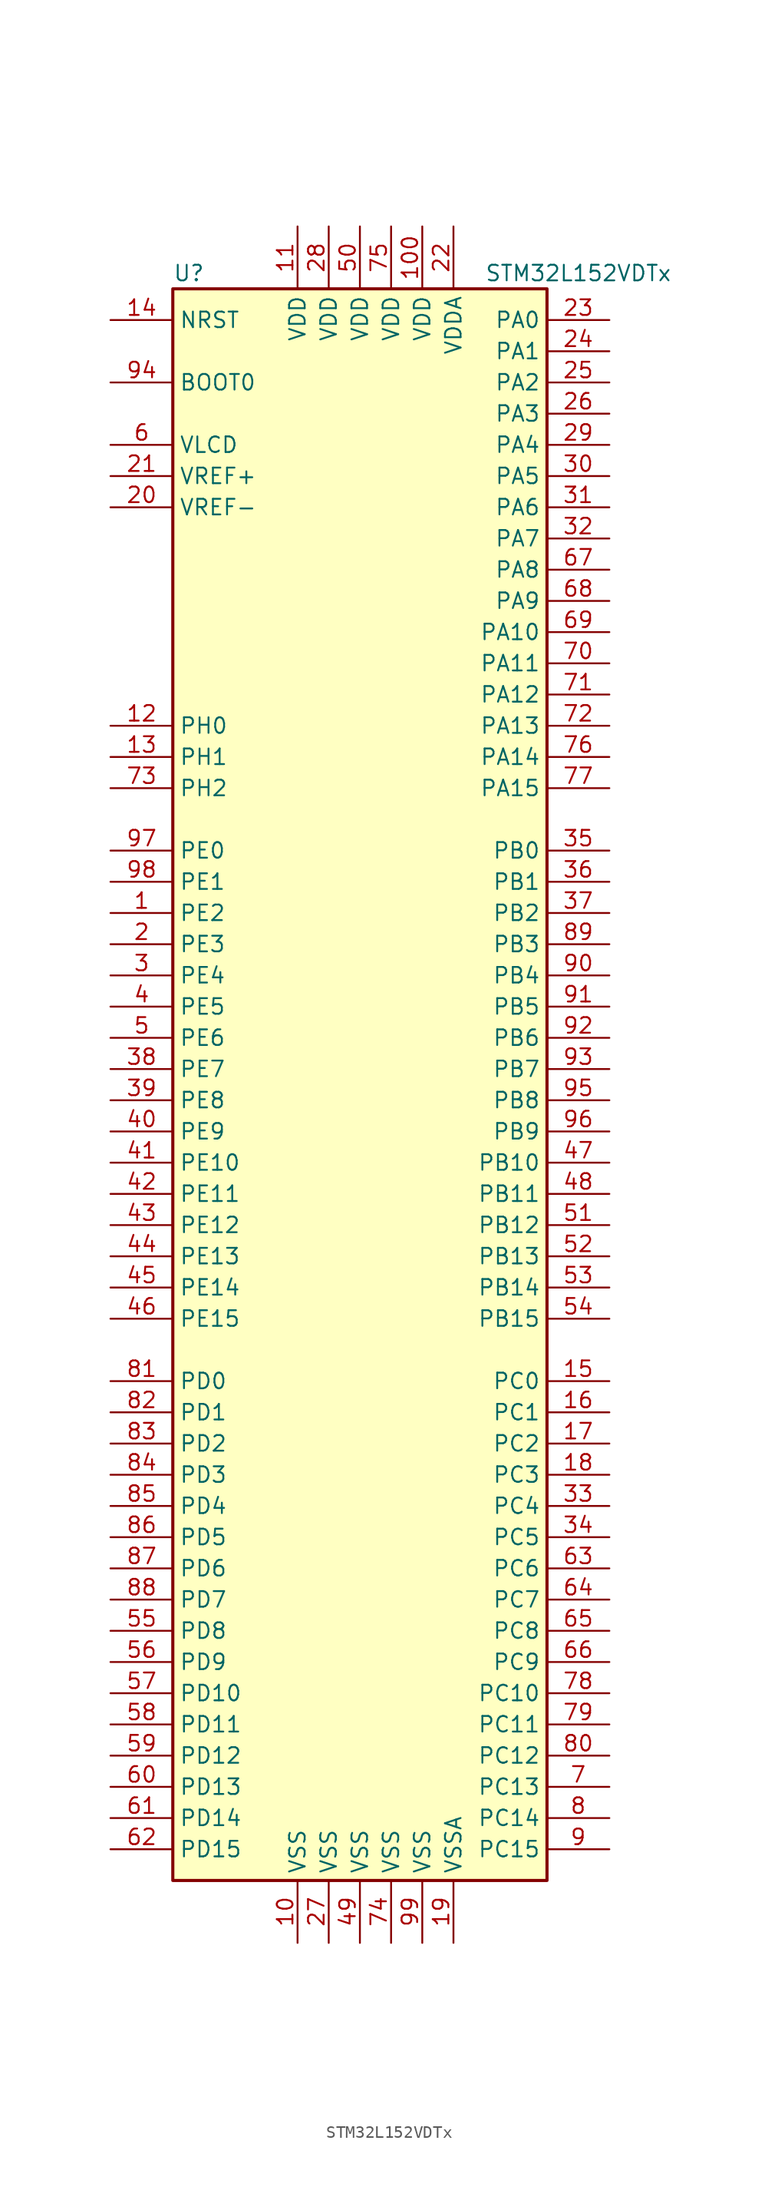
<source format=kicad_sym>
(kicad_symbol_lib
  (version 20201005)
  (generator kicad_symbol_editor)
  (symbol "STM32L152VDTx"
    (property "Reference" "U"
      (at -15.24 64.77 0)
      (effects (font (size 1.27 1.27)) (justify left)))
    (property "Value" "STM32L152VDTx"
      (at 10.16 64.77 0)
      (effects (font (size 1.27 1.27)) (justify left)))
    (symbol "STM32L152VDTx_0_1"
      (rectangle (start -15.24 -66.04) (end 15.24 63.5) (stroke (width 0.254)) (fill (type background))))
    (symbol "STM32L152VDTx_1_1"
      (pin input line (at -20.32 55.88 0) (length 5.08) (name "BOOT0" (effects (font (size 1.27 1.27)))) (number "94" (effects (font (size 1.27 1.27)))))
      (pin input line (at -20.32 60.96 0) (length 5.08) (name "NRST" (effects (font (size 1.27 1.27)))) (number "14" (effects (font (size 1.27 1.27)))))
      (pin bidirectional line (at 20.32 60.96 180) (length 5.08) (name "PA0" (effects (font (size 1.27 1.27)))) (number "23" (effects (font (size 1.27 1.27)))))
      (pin bidirectional line (at 20.32 58.42 180) (length 5.08) (name "PA1" (effects (font (size 1.27 1.27)))) (number "24" (effects (font (size 1.27 1.27)))))
      (pin bidirectional line (at 20.32 35.56 180) (length 5.08) (name "PA10" (effects (font (size 1.27 1.27)))) (number "69" (effects (font (size 1.27 1.27)))))
      (pin bidirectional line (at 20.32 33.02 180) (length 5.08) (name "PA11" (effects (font (size 1.27 1.27)))) (number "70" (effects (font (size 1.27 1.27)))))
      (pin bidirectional line (at 20.32 30.48 180) (length 5.08) (name "PA12" (effects (font (size 1.27 1.27)))) (number "71" (effects (font (size 1.27 1.27)))))
      (pin bidirectional line (at 20.32 27.94 180) (length 5.08) (name "PA13" (effects (font (size 1.27 1.27)))) (number "72" (effects (font (size 1.27 1.27)))))
      (pin bidirectional line (at 20.32 25.4 180) (length 5.08) (name "PA14" (effects (font (size 1.27 1.27)))) (number "76" (effects (font (size 1.27 1.27)))))
      (pin bidirectional line (at 20.32 22.86 180) (length 5.08) (name "PA15" (effects (font (size 1.27 1.27)))) (number "77" (effects (font (size 1.27 1.27)))))
      (pin bidirectional line (at 20.32 55.88 180) (length 5.08) (name "PA2" (effects (font (size 1.27 1.27)))) (number "25" (effects (font (size 1.27 1.27)))))
      (pin bidirectional line (at 20.32 53.34 180) (length 5.08) (name "PA3" (effects (font (size 1.27 1.27)))) (number "26" (effects (font (size 1.27 1.27)))))
      (pin bidirectional line (at 20.32 50.8 180) (length 5.08) (name "PA4" (effects (font (size 1.27 1.27)))) (number "29" (effects (font (size 1.27 1.27)))))
      (pin bidirectional line (at 20.32 48.26 180) (length 5.08) (name "PA5" (effects (font (size 1.27 1.27)))) (number "30" (effects (font (size 1.27 1.27)))))
      (pin bidirectional line (at 20.32 45.72 180) (length 5.08) (name "PA6" (effects (font (size 1.27 1.27)))) (number "31" (effects (font (size 1.27 1.27)))))
      (pin bidirectional line (at 20.32 43.18 180) (length 5.08) (name "PA7" (effects (font (size 1.27 1.27)))) (number "32" (effects (font (size 1.27 1.27)))))
      (pin bidirectional line (at 20.32 40.64 180) (length 5.08) (name "PA8" (effects (font (size 1.27 1.27)))) (number "67" (effects (font (size 1.27 1.27)))))
      (pin bidirectional line (at 20.32 38.1 180) (length 5.08) (name "PA9" (effects (font (size 1.27 1.27)))) (number "68" (effects (font (size 1.27 1.27)))))
      (pin bidirectional line (at 20.32 17.78 180) (length 5.08) (name "PB0" (effects (font (size 1.27 1.27)))) (number "35" (effects (font (size 1.27 1.27)))))
      (pin bidirectional line (at 20.32 15.24 180) (length 5.08) (name "PB1" (effects (font (size 1.27 1.27)))) (number "36" (effects (font (size 1.27 1.27)))))
      (pin bidirectional line (at 20.32 -7.62 180) (length 5.08) (name "PB10" (effects (font (size 1.27 1.27)))) (number "47" (effects (font (size 1.27 1.27)))))
      (pin bidirectional line (at 20.32 -10.16 180) (length 5.08) (name "PB11" (effects (font (size 1.27 1.27)))) (number "48" (effects (font (size 1.27 1.27)))))
      (pin bidirectional line (at 20.32 -12.7 180) (length 5.08) (name "PB12" (effects (font (size 1.27 1.27)))) (number "51" (effects (font (size 1.27 1.27)))))
      (pin bidirectional line (at 20.32 -15.24 180) (length 5.08) (name "PB13" (effects (font (size 1.27 1.27)))) (number "52" (effects (font (size 1.27 1.27)))))
      (pin bidirectional line (at 20.32 -17.78 180) (length 5.08) (name "PB14" (effects (font (size 1.27 1.27)))) (number "53" (effects (font (size 1.27 1.27)))))
      (pin bidirectional line (at 20.32 -20.32 180) (length 5.08) (name "PB15" (effects (font (size 1.27 1.27)))) (number "54" (effects (font (size 1.27 1.27)))))
      (pin bidirectional line (at 20.32 12.7 180) (length 5.08) (name "PB2" (effects (font (size 1.27 1.27)))) (number "37" (effects (font (size 1.27 1.27)))))
      (pin bidirectional line (at 20.32 10.16 180) (length 5.08) (name "PB3" (effects (font (size 1.27 1.27)))) (number "89" (effects (font (size 1.27 1.27)))))
      (pin bidirectional line (at 20.32 7.62 180) (length 5.08) (name "PB4" (effects (font (size 1.27 1.27)))) (number "90" (effects (font (size 1.27 1.27)))))
      (pin bidirectional line (at 20.32 5.08 180) (length 5.08) (name "PB5" (effects (font (size 1.27 1.27)))) (number "91" (effects (font (size 1.27 1.27)))))
      (pin bidirectional line (at 20.32 2.54 180) (length 5.08) (name "PB6" (effects (font (size 1.27 1.27)))) (number "92" (effects (font (size 1.27 1.27)))))
      (pin bidirectional line (at 20.32 0 180) (length 5.08) (name "PB7" (effects (font (size 1.27 1.27)))) (number "93" (effects (font (size 1.27 1.27)))))
      (pin bidirectional line (at 20.32 -2.54 180) (length 5.08) (name "PB8" (effects (font (size 1.27 1.27)))) (number "95" (effects (font (size 1.27 1.27)))))
      (pin bidirectional line (at 20.32 -5.08 180) (length 5.08) (name "PB9" (effects (font (size 1.27 1.27)))) (number "96" (effects (font (size 1.27 1.27)))))
      (pin bidirectional line (at 20.32 -25.4 180) (length 5.08) (name "PC0" (effects (font (size 1.27 1.27)))) (number "15" (effects (font (size 1.27 1.27)))))
      (pin bidirectional line (at 20.32 -27.94 180) (length 5.08) (name "PC1" (effects (font (size 1.27 1.27)))) (number "16" (effects (font (size 1.27 1.27)))))
      (pin bidirectional line (at 20.32 -50.8 180) (length 5.08) (name "PC10" (effects (font (size 1.27 1.27)))) (number "78" (effects (font (size 1.27 1.27)))))
      (pin bidirectional line (at 20.32 -53.34 180) (length 5.08) (name "PC11" (effects (font (size 1.27 1.27)))) (number "79" (effects (font (size 1.27 1.27)))))
      (pin bidirectional line (at 20.32 -55.88 180) (length 5.08) (name "PC12" (effects (font (size 1.27 1.27)))) (number "80" (effects (font (size 1.27 1.27)))))
      (pin bidirectional line (at 20.32 -58.42 180) (length 5.08) (name "PC13" (effects (font (size 1.27 1.27)))) (number "7" (effects (font (size 1.27 1.27)))))
      (pin bidirectional line (at 20.32 -60.96 180) (length 5.08) (name "PC14" (effects (font (size 1.27 1.27)))) (number "8" (effects (font (size 1.27 1.27)))))
      (pin bidirectional line (at 20.32 -63.5 180) (length 5.08) (name "PC15" (effects (font (size 1.27 1.27)))) (number "9" (effects (font (size 1.27 1.27)))))
      (pin bidirectional line (at 20.32 -30.48 180) (length 5.08) (name "PC2" (effects (font (size 1.27 1.27)))) (number "17" (effects (font (size 1.27 1.27)))))
      (pin bidirectional line (at 20.32 -33.02 180) (length 5.08) (name "PC3" (effects (font (size 1.27 1.27)))) (number "18" (effects (font (size 1.27 1.27)))))
      (pin bidirectional line (at 20.32 -35.56 180) (length 5.08) (name "PC4" (effects (font (size 1.27 1.27)))) (number "33" (effects (font (size 1.27 1.27)))))
      (pin bidirectional line (at 20.32 -38.1 180) (length 5.08) (name "PC5" (effects (font (size 1.27 1.27)))) (number "34" (effects (font (size 1.27 1.27)))))
      (pin bidirectional line (at 20.32 -40.64 180) (length 5.08) (name "PC6" (effects (font (size 1.27 1.27)))) (number "63" (effects (font (size 1.27 1.27)))))
      (pin bidirectional line (at 20.32 -43.18 180) (length 5.08) (name "PC7" (effects (font (size 1.27 1.27)))) (number "64" (effects (font (size 1.27 1.27)))))
      (pin bidirectional line (at 20.32 -45.72 180) (length 5.08) (name "PC8" (effects (font (size 1.27 1.27)))) (number "65" (effects (font (size 1.27 1.27)))))
      (pin bidirectional line (at 20.32 -48.26 180) (length 5.08) (name "PC9" (effects (font (size 1.27 1.27)))) (number "66" (effects (font (size 1.27 1.27)))))
      (pin bidirectional line (at -20.32 -25.4 0) (length 5.08) (name "PD0" (effects (font (size 1.27 1.27)))) (number "81" (effects (font (size 1.27 1.27)))))
      (pin bidirectional line (at -20.32 -27.94 0) (length 5.08) (name "PD1" (effects (font (size 1.27 1.27)))) (number "82" (effects (font (size 1.27 1.27)))))
      (pin bidirectional line (at -20.32 -50.8 0) (length 5.08) (name "PD10" (effects (font (size 1.27 1.27)))) (number "57" (effects (font (size 1.27 1.27)))))
      (pin bidirectional line (at -20.32 -53.34 0) (length 5.08) (name "PD11" (effects (font (size 1.27 1.27)))) (number "58" (effects (font (size 1.27 1.27)))))
      (pin bidirectional line (at -20.32 -55.88 0) (length 5.08) (name "PD12" (effects (font (size 1.27 1.27)))) (number "59" (effects (font (size 1.27 1.27)))))
      (pin bidirectional line (at -20.32 -58.42 0) (length 5.08) (name "PD13" (effects (font (size 1.27 1.27)))) (number "60" (effects (font (size 1.27 1.27)))))
      (pin bidirectional line (at -20.32 -60.96 0) (length 5.08) (name "PD14" (effects (font (size 1.27 1.27)))) (number "61" (effects (font (size 1.27 1.27)))))
      (pin bidirectional line (at -20.32 -63.5 0) (length 5.08) (name "PD15" (effects (font (size 1.27 1.27)))) (number "62" (effects (font (size 1.27 1.27)))))
      (pin bidirectional line (at -20.32 -30.48 0) (length 5.08) (name "PD2" (effects (font (size 1.27 1.27)))) (number "83" (effects (font (size 1.27 1.27)))))
      (pin bidirectional line (at -20.32 -33.02 0) (length 5.08) (name "PD3" (effects (font (size 1.27 1.27)))) (number "84" (effects (font (size 1.27 1.27)))))
      (pin bidirectional line (at -20.32 -35.56 0) (length 5.08) (name "PD4" (effects (font (size 1.27 1.27)))) (number "85" (effects (font (size 1.27 1.27)))))
      (pin bidirectional line (at -20.32 -38.1 0) (length 5.08) (name "PD5" (effects (font (size 1.27 1.27)))) (number "86" (effects (font (size 1.27 1.27)))))
      (pin bidirectional line (at -20.32 -40.64 0) (length 5.08) (name "PD6" (effects (font (size 1.27 1.27)))) (number "87" (effects (font (size 1.27 1.27)))))
      (pin bidirectional line (at -20.32 -43.18 0) (length 5.08) (name "PD7" (effects (font (size 1.27 1.27)))) (number "88" (effects (font (size 1.27 1.27)))))
      (pin bidirectional line (at -20.32 -45.72 0) (length 5.08) (name "PD8" (effects (font (size 1.27 1.27)))) (number "55" (effects (font (size 1.27 1.27)))))
      (pin bidirectional line (at -20.32 -48.26 0) (length 5.08) (name "PD9" (effects (font (size 1.27 1.27)))) (number "56" (effects (font (size 1.27 1.27)))))
      (pin bidirectional line (at -20.32 17.78 0) (length 5.08) (name "PE0" (effects (font (size 1.27 1.27)))) (number "97" (effects (font (size 1.27 1.27)))))
      (pin bidirectional line (at -20.32 15.24 0) (length 5.08) (name "PE1" (effects (font (size 1.27 1.27)))) (number "98" (effects (font (size 1.27 1.27)))))
      (pin bidirectional line (at -20.32 -7.62 0) (length 5.08) (name "PE10" (effects (font (size 1.27 1.27)))) (number "41" (effects (font (size 1.27 1.27)))))
      (pin bidirectional line (at -20.32 -10.16 0) (length 5.08) (name "PE11" (effects (font (size 1.27 1.27)))) (number "42" (effects (font (size 1.27 1.27)))))
      (pin bidirectional line (at -20.32 -12.7 0) (length 5.08) (name "PE12" (effects (font (size 1.27 1.27)))) (number "43" (effects (font (size 1.27 1.27)))))
      (pin bidirectional line (at -20.32 -15.24 0) (length 5.08) (name "PE13" (effects (font (size 1.27 1.27)))) (number "44" (effects (font (size 1.27 1.27)))))
      (pin bidirectional line (at -20.32 -17.78 0) (length 5.08) (name "PE14" (effects (font (size 1.27 1.27)))) (number "45" (effects (font (size 1.27 1.27)))))
      (pin bidirectional line (at -20.32 -20.32 0) (length 5.08) (name "PE15" (effects (font (size 1.27 1.27)))) (number "46" (effects (font (size 1.27 1.27)))))
      (pin bidirectional line (at -20.32 12.7 0) (length 5.08) (name "PE2" (effects (font (size 1.27 1.27)))) (number "1" (effects (font (size 1.27 1.27)))))
      (pin bidirectional line (at -20.32 10.16 0) (length 5.08) (name "PE3" (effects (font (size 1.27 1.27)))) (number "2" (effects (font (size 1.27 1.27)))))
      (pin bidirectional line (at -20.32 7.62 0) (length 5.08) (name "PE4" (effects (font (size 1.27 1.27)))) (number "3" (effects (font (size 1.27 1.27)))))
      (pin bidirectional line (at -20.32 5.08 0) (length 5.08) (name "PE5" (effects (font (size 1.27 1.27)))) (number "4" (effects (font (size 1.27 1.27)))))
      (pin bidirectional line (at -20.32 2.54 0) (length 5.08) (name "PE6" (effects (font (size 1.27 1.27)))) (number "5" (effects (font (size 1.27 1.27)))))
      (pin bidirectional line (at -20.32 0 0) (length 5.08) (name "PE7" (effects (font (size 1.27 1.27)))) (number "38" (effects (font (size 1.27 1.27)))))
      (pin bidirectional line (at -20.32 -2.54 0) (length 5.08) (name "PE8" (effects (font (size 1.27 1.27)))) (number "39" (effects (font (size 1.27 1.27)))))
      (pin bidirectional line (at -20.32 -5.08 0) (length 5.08) (name "PE9" (effects (font (size 1.27 1.27)))) (number "40" (effects (font (size 1.27 1.27)))))
      (pin input line (at -20.32 27.94 0) (length 5.08) (name "PH0" (effects (font (size 1.27 1.27)))) (number "12" (effects (font (size 1.27 1.27)))))
      (pin input line (at -20.32 25.4 0) (length 5.08) (name "PH1" (effects (font (size 1.27 1.27)))) (number "13" (effects (font (size 1.27 1.27)))))
      (pin bidirectional line (at -20.32 22.86 0) (length 5.08) (name "PH2" (effects (font (size 1.27 1.27)))) (number "73" (effects (font (size 1.27 1.27)))))
      (pin power_in line (at 5.08 68.58 270) (length 5.08) (name "VDD" (effects (font (size 1.27 1.27)))) (number "100" (effects (font (size 1.27 1.27)))))
      (pin power_in line (at -5.08 68.58 270) (length 5.08) (name "VDD" (effects (font (size 1.27 1.27)))) (number "11" (effects (font (size 1.27 1.27)))))
      (pin power_in line (at -2.54 68.58 270) (length 5.08) (name "VDD" (effects (font (size 1.27 1.27)))) (number "28" (effects (font (size 1.27 1.27)))))
      (pin power_in line (at 0 68.58 270) (length 5.08) (name "VDD" (effects (font (size 1.27 1.27)))) (number "50" (effects (font (size 1.27 1.27)))))
      (pin power_in line (at 2.54 68.58 270) (length 5.08) (name "VDD" (effects (font (size 1.27 1.27)))) (number "75" (effects (font (size 1.27 1.27)))))
      (pin power_in line (at 7.62 68.58 270) (length 5.08) (name "VDDA" (effects (font (size 1.27 1.27)))) (number "22" (effects (font (size 1.27 1.27)))))
      (pin power_in line (at -20.32 50.8 0) (length 5.08) (name "VLCD" (effects (font (size 1.27 1.27)))) (number "6" (effects (font (size 1.27 1.27)))))
      (pin power_in line (at -20.32 48.26 0) (length 5.08) (name "VREF+" (effects (font (size 1.27 1.27)))) (number "21" (effects (font (size 1.27 1.27)))))
      (pin power_in line (at -20.32 45.72 0) (length 5.08) (name "VREF-" (effects (font (size 1.27 1.27)))) (number "20" (effects (font (size 1.27 1.27)))))
      (pin power_in line (at -5.08 -71.12 90) (length 5.08) (name "VSS" (effects (font (size 1.27 1.27)))) (number "10" (effects (font (size 1.27 1.27)))))
      (pin power_in line (at -2.54 -71.12 90) (length 5.08) (name "VSS" (effects (font (size 1.27 1.27)))) (number "27" (effects (font (size 1.27 1.27)))))
      (pin power_in line (at 0 -71.12 90) (length 5.08) (name "VSS" (effects (font (size 1.27 1.27)))) (number "49" (effects (font (size 1.27 1.27)))))
      (pin power_in line (at 2.54 -71.12 90) (length 5.08) (name "VSS" (effects (font (size 1.27 1.27)))) (number "74" (effects (font (size 1.27 1.27)))))
      (pin power_in line (at 5.08 -71.12 90) (length 5.08) (name "VSS" (effects (font (size 1.27 1.27)))) (number "99" (effects (font (size 1.27 1.27)))))
      (pin power_in line (at 7.62 -71.12 90) (length 5.08) (name "VSSA" (effects (font (size 1.27 1.27)))) (number "19" (effects (font (size 1.27 1.27))))))))
</source>
